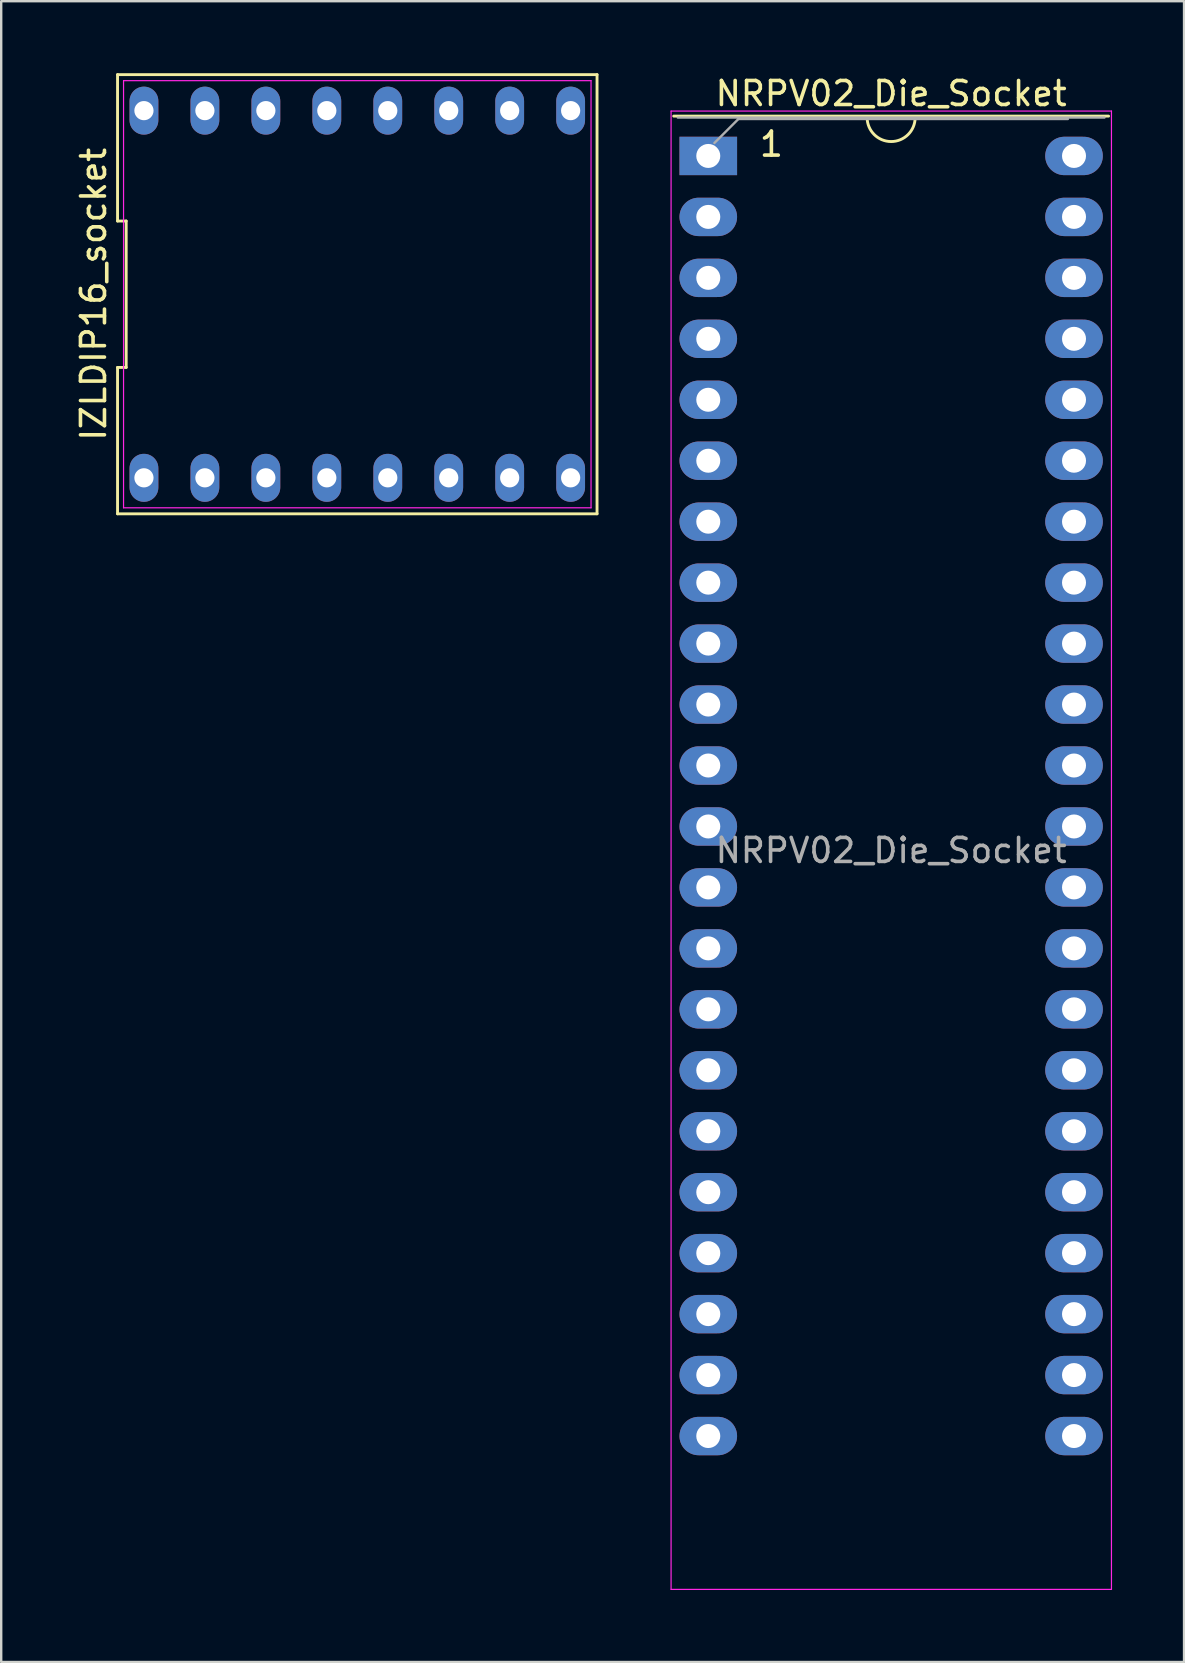
<source format=kicad_pcb>
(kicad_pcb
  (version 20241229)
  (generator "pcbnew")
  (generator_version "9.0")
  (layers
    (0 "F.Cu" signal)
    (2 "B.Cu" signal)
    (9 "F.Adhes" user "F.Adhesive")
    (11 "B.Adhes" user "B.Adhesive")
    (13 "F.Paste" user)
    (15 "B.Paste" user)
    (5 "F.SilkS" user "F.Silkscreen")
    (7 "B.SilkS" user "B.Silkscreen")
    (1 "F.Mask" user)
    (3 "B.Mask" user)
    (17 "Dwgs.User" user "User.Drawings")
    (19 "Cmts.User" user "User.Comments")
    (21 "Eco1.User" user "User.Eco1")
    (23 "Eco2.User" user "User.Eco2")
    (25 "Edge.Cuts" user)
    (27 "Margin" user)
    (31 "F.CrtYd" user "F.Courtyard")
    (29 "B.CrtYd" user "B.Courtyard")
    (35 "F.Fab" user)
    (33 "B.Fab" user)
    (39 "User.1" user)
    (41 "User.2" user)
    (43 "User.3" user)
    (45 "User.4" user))
  (footprint "IZLDIP16_socket"
    (layer "F.Cu")
    (at 11.838 9.21)
    (property "Reference" "IZLDIP16_socket" (at -10.99 0 90) (layer "F.SilkS") (effects (font (size 1 1) (thickness 0.15))))
    (attr through_hole)
    (fp_line (start -9.99 -9.15) (end -9.99 -3.05) (stroke (width 0.12) (type solid)) (layer "F.SilkS"))
    (fp_line (start -9.99 -3.05) (end -9.63 -3.05) (stroke (width 0.12) (type solid)) (layer "F.SilkS"))
    (fp_line (start -9.99 3.05) (end -9.99 9.15) (stroke (width 0.12) (type solid)) (layer "F.SilkS"))
    (fp_line (start -9.99 9.15) (end 9.99 9.15) (stroke (width 0.12) (type solid)) (layer "F.SilkS"))
    (fp_line (start -9.63 -3.05) (end -9.63 3.05) (stroke (width 0.12) (type solid)) (layer "F.SilkS"))
    (fp_line (start -9.63 3.05) (end -9.99 3.05) (stroke (width 0.12) (type solid)) (layer "F.SilkS"))
    (fp_line (start 9.99 -9.15) (end -9.99 -9.15) (stroke (width 0.12) (type solid)) (layer "F.SilkS"))
    (fp_line (start 9.99 9.15) (end 9.99 -9.15) (stroke (width 0.12) (type solid)) (layer "F.SilkS"))
    (fp_line (start -9.74 -8.9) (end 9.74 -8.9) (stroke (width 0.05) (type solid)) (layer "F.CrtYd"))
    (fp_line (start -9.74 8.9) (end -9.74 -8.9) (stroke (width 0.05) (type solid)) (layer "F.CrtYd"))
    (fp_line (start 9.74 -8.9) (end 9.74 8.9) (stroke (width 0.05) (type solid)) (layer "F.CrtYd"))
    (fp_line (start 9.74 8.9) (end -9.74 8.9) (stroke (width 0.05) (type solid)) (layer "F.CrtYd"))
    (pad "1" thru_hole oval (at -8.89 7.65) (size 1.2 2) (drill 0.8) (layers "*.Cu" "*.Mask"))
    (pad "2" thru_hole oval (at -6.35 7.65) (size 1.2 2) (drill 0.8) (layers "*.Cu" "*.Mask"))
    (pad "3" thru_hole oval (at -3.81 7.65) (size 1.2 2) (drill 0.8) (layers "*.Cu" "*.Mask"))
    (pad "4" thru_hole oval (at -1.27 7.65) (size 1.2 2) (drill 0.8) (layers "*.Cu" "*.Mask"))
    (pad "5" thru_hole oval (at 1.27 7.65) (size 1.2 2) (drill 0.8) (layers "*.Cu" "*.Mask"))
    (pad "6" thru_hole oval (at 3.81 7.65) (size 1.2 2) (drill 0.8) (layers "*.Cu" "*.Mask"))
    (pad "7" thru_hole oval (at 6.35 7.65) (size 1.2 2) (drill 0.8) (layers "*.Cu" "*.Mask"))
    (pad "8" thru_hole oval (at 8.89 7.65) (size 1.2 2) (drill 0.8) (layers "*.Cu" "*.Mask"))
    (pad "9" thru_hole oval (at 8.89 -7.65) (size 1.2 2) (drill 0.8) (layers "*.Cu" "*.Mask"))
    (pad "10" thru_hole oval (at 6.35 -7.65) (size 1.2 2) (drill 0.8) (layers "*.Cu" "*.Mask"))
    (pad "11" thru_hole oval (at 3.81 -7.65) (size 1.2 2) (drill 0.8) (layers "*.Cu" "*.Mask"))
    (pad "12" thru_hole oval (at 1.27 -7.65) (size 1.2 2) (drill 0.8) (layers "*.Cu" "*.Mask"))
    (pad "13" thru_hole oval (at -1.27 -7.65) (size 1.2 2) (drill 0.8) (layers "*.Cu" "*.Mask"))
    (pad "14" thru_hole oval (at -3.81 -7.65) (size 1.2 2) (drill 0.8) (layers "*.Cu" "*.Mask"))
    (pad "15" thru_hole oval (at -6.35 -7.65) (size 1.2 2) (drill 0.8) (layers "*.Cu" "*.Mask"))
    (pad "16" thru_hole oval (at -8.89 -7.65) (size 1.2 2) (drill 0.8) (layers "*.Cu" "*.Mask")))
  (footprint "NRPV02_Die_Socket"
    (layer "F.Cu")
    (at 26.463 3.178)
    (property "Reference" "NRPV02_Die_Socket" (at 7.62 -2.33 0) (layer "F.SilkS") (effects (font (size 1 1) (thickness 0.15))))
    (attr through_hole)
    (fp_line (start 6.62 -1.33) (end 1.56 -1.33) (stroke (width 0.12) (type solid)) (layer "F.SilkS"))
    (fp_line (start 13.68 -1.33) (end 8.62 -1.33) (stroke (width 0.12) (type solid)) (layer "F.SilkS"))
    (fp_line (start 16.68 -1.39) (end -1.44 -1.39) (stroke (width 0.12) (type solid)) (layer "F.SilkS"))
    (fp_arc (start 8.62 -1.33) (mid 7.62 -0.33) (end 6.62 -1.33) (stroke (width 0.12) (type solid)) (layer "F.SilkS"))
    (fp_line (start -1.55 -1.6) (end -1.55 60) (stroke (width 0.05) (type solid)) (layer "F.CrtYd"))
    (fp_line (start -1.55 60) (end 16.8 60) (stroke (width 0.05) (type solid)) (layer "F.CrtYd"))
    (fp_line (start 16.8 -1.6) (end -1.55 -1.6) (stroke (width 0.05) (type solid)) (layer "F.CrtYd"))
    (fp_line (start 16.8 60) (end 16.8 -1.6) (stroke (width 0.05) (type solid)) (layer "F.CrtYd"))
    (fp_line (start 0.255 -0.27) (end 1.255 -1.27) (stroke (width 0.1) (type solid)) (layer "F.Fab"))
    (fp_line (start 1.255 -1.27) (end 14.985 -1.27) (stroke (width 0.1) (type solid)) (layer "F.Fab"))
    (fp_line (start 16.51 -1.33) (end -1.27 -1.33) (stroke (width 0.1) (type solid)) (layer "F.Fab"))
    (fp_text user "1" (at 2.63 -0.22 0) (layer "F.SilkS") (effects (font (size 1 1) (thickness 0.15))))
    (fp_text user "${REFERENCE}" (at 7.62 29.21 0) (layer "F.Fab") (effects (font (size 1 1) (thickness 0.15))))
    (pad "1" thru_hole rect (at 0 0.27) (size 2.4 1.6) (drill 1) (layers "*.Cu" "*.Mask"))
    (pad "2" thru_hole oval (at 0 2.81) (size 2.4 1.6) (drill 1) (layers "*.Cu" "*.Mask"))
    (pad "3" thru_hole oval (at 0 5.35) (size 2.4 1.6) (drill 1) (layers "*.Cu" "*.Mask"))
    (pad "4" thru_hole oval (at 0 7.89) (size 2.4 1.6) (drill 1) (layers "*.Cu" "*.Mask"))
    (pad "5" thru_hole oval (at 0 10.43) (size 2.4 1.6) (drill 1) (layers "*.Cu" "*.Mask"))
    (pad "6" thru_hole oval (at 0 12.97) (size 2.4 1.6) (drill 1) (layers "*.Cu" "*.Mask"))
    (pad "7" thru_hole oval (at 0 15.51) (size 2.4 1.6) (drill 1) (layers "*.Cu" "*.Mask"))
    (pad "8" thru_hole oval (at 0 18.05) (size 2.4 1.6) (drill 1) (layers "*.Cu" "*.Mask"))
    (pad "9" thru_hole oval (at 0 20.59) (size 2.4 1.6) (drill 1) (layers "*.Cu" "*.Mask"))
    (pad "10" thru_hole oval (at 0 23.13) (size 2.4 1.6) (drill 1) (layers "*.Cu" "*.Mask"))
    (pad "11" thru_hole oval (at 0 25.67) (size 2.4 1.6) (drill 1) (layers "*.Cu" "*.Mask"))
    (pad "12" thru_hole oval (at 0 28.21) (size 2.4 1.6) (drill 1) (layers "*.Cu" "*.Mask"))
    (pad "13" thru_hole oval (at 0 30.75) (size 2.4 1.6) (drill 1) (layers "*.Cu" "*.Mask"))
    (pad "14" thru_hole oval (at 0 33.29) (size 2.4 1.6) (drill 1) (layers "*.Cu" "*.Mask"))
    (pad "15" thru_hole oval (at 0 35.83) (size 2.4 1.6) (drill 1) (layers "*.Cu" "*.Mask"))
    (pad "16" thru_hole oval (at 0 38.37) (size 2.4 1.6) (drill 1) (layers "*.Cu" "*.Mask"))
    (pad "17" thru_hole oval (at 0 40.91) (size 2.4 1.6) (drill 1) (layers "*.Cu" "*.Mask"))
    (pad "18" thru_hole oval (at 0 43.45) (size 2.4 1.6) (drill 1) (layers "*.Cu" "*.Mask"))
    (pad "19" thru_hole oval (at 0 45.99) (size 2.4 1.6) (drill 1) (layers "*.Cu" "*.Mask"))
    (pad "20" thru_hole oval (at 0 48.53) (size 2.4 1.6) (drill 1) (layers "*.Cu" "*.Mask"))
    (pad "21" thru_hole oval (at 0 51.07) (size 2.4 1.6) (drill 1) (layers "*.Cu" "*.Mask"))
    (pad "22" thru_hole oval (at 0 53.61) (size 2.4 1.6) (drill 1) (layers "*.Cu" "*.Mask"))
    (pad "23" thru_hole oval (at 15.24 53.61) (size 2.4 1.6) (drill 1) (layers "*.Cu" "*.Mask"))
    (pad "24" thru_hole oval (at 15.24 51.07) (size 2.4 1.6) (drill 1) (layers "*.Cu" "*.Mask"))
    (pad "25" thru_hole oval (at 15.24 48.53) (size 2.4 1.6) (drill 1) (layers "*.Cu" "*.Mask"))
    (pad "26" thru_hole oval (at 15.24 45.99) (size 2.4 1.6) (drill 1) (layers "*.Cu" "*.Mask"))
    (pad "27" thru_hole oval (at 15.24 43.45) (size 2.4 1.6) (drill 1) (layers "*.Cu" "*.Mask"))
    (pad "28" thru_hole oval (at 15.24 40.91) (size 2.4 1.6) (drill 1) (layers "*.Cu" "*.Mask"))
    (pad "29" thru_hole oval (at 15.24 38.37) (size 2.4 1.6) (drill 1) (layers "*.Cu" "*.Mask"))
    (pad "30" thru_hole oval (at 15.24 35.83) (size 2.4 1.6) (drill 1) (layers "*.Cu" "*.Mask"))
    (pad "31" thru_hole oval (at 15.24 33.29) (size 2.4 1.6) (drill 1) (layers "*.Cu" "*.Mask"))
    (pad "32" thru_hole oval (at 15.24 30.75) (size 2.4 1.6) (drill 1) (layers "*.Cu" "*.Mask"))
    (pad "33" thru_hole oval (at 15.24 28.21) (size 2.4 1.6) (drill 1) (layers "*.Cu" "*.Mask"))
    (pad "34" thru_hole oval (at 15.24 25.67) (size 2.4 1.6) (drill 1) (layers "*.Cu" "*.Mask"))
    (pad "35" thru_hole oval (at 15.24 23.13) (size 2.4 1.6) (drill 1) (layers "*.Cu" "*.Mask"))
    (pad "36" thru_hole oval (at 15.24 20.59) (size 2.4 1.6) (drill 1) (layers "*.Cu" "*.Mask"))
    (pad "37" thru_hole oval (at 15.24 18.05) (size 2.4 1.6) (drill 1) (layers "*.Cu" "*.Mask"))
    (pad "38" thru_hole oval (at 15.24 15.51) (size 2.4 1.6) (drill 1) (layers "*.Cu" "*.Mask"))
    (pad "39" thru_hole oval (at 15.24 12.97) (size 2.4 1.6) (drill 1) (layers "*.Cu" "*.Mask"))
    (pad "40" thru_hole oval (at 15.24 10.43) (size 2.4 1.6) (drill 1) (layers "*.Cu" "*.Mask"))
    (pad "41" thru_hole oval (at 15.24 7.89) (size 2.4 1.6) (drill 1) (layers "*.Cu" "*.Mask"))
    (pad "42" thru_hole oval (at 15.24 5.35) (size 2.4 1.6) (drill 1) (layers "*.Cu" "*.Mask"))
    (pad "43" thru_hole oval (at 15.24 2.81) (size 2.4 1.6) (drill 1) (layers "*.Cu" "*.Mask"))
    (pad "44" thru_hole oval (at 15.24 0.27) (size 2.4 1.6) (drill 1) (layers "*.Cu" "*.Mask")))
  (gr_rect
    (start -3 -3)
    (end 46.288 66.203)
    (stroke (width 0.1) (type default))
    (fill no)
    (layer "Edge.Cuts")))
</source>
